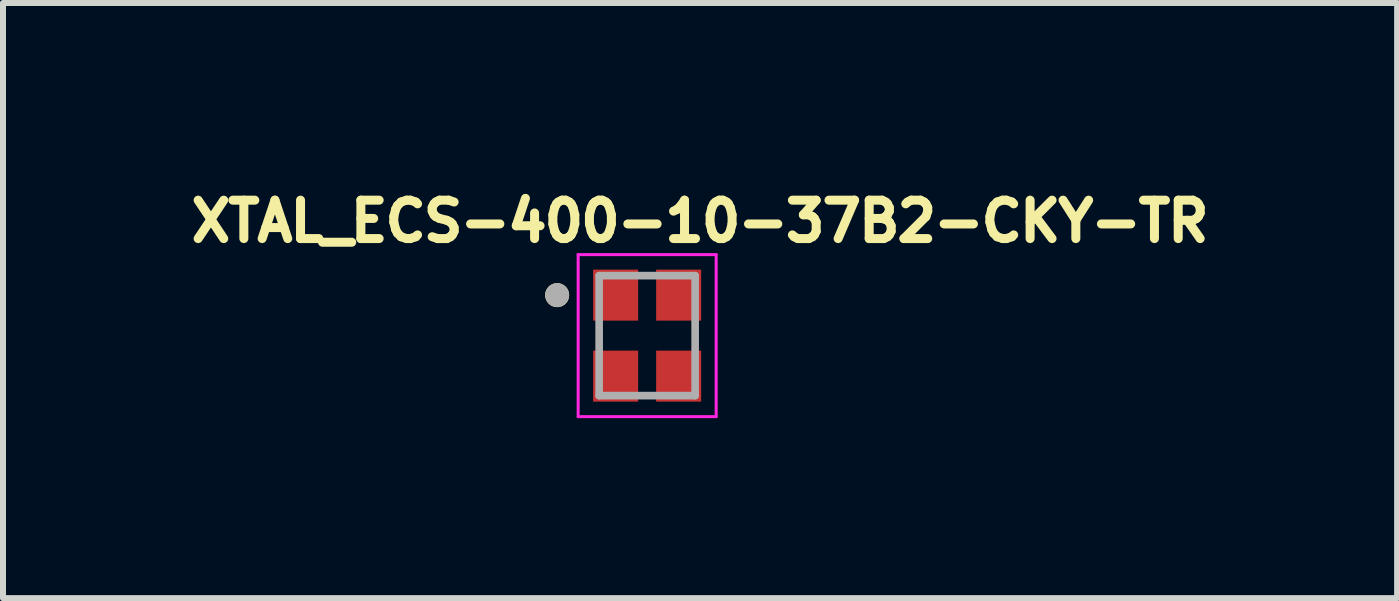
<source format=kicad_pcb>
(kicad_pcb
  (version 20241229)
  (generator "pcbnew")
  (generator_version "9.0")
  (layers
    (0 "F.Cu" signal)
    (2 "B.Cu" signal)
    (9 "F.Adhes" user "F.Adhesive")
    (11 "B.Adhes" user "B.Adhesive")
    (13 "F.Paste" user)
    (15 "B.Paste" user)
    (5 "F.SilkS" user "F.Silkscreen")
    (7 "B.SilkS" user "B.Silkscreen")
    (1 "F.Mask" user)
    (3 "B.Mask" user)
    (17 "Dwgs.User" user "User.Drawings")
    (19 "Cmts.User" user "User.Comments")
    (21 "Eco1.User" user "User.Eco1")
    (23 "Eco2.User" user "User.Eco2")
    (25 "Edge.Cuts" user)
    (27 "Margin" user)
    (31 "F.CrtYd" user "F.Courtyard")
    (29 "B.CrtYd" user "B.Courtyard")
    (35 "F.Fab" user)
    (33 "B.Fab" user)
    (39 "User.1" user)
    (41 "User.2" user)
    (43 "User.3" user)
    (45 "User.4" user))
  (footprint "XTAL_ECS-400-10-37B2-CKY-TR"
    (layer "F.Cu")
    (at 7.736 2.544)
    (property "Reference" "XTAL_ECS-400-10-37B2-CKY-TR" (at 0.882 -1.906 0) (layer "F.SilkS") (effects (font (size 0.64 0.64) (thickness 0.15))))
    (attr smd)
    (fp_circle (center -1.5 -0.675) (end -1.4 -0.675) (stroke (width 0.2) (type solid)) (fill no) (layer "F.SilkS"))
    (fp_line (start -1.15 -1.35) (end -1.15 1.35) (stroke (width 0.05) (type solid)) (layer "F.CrtYd"))
    (fp_line (start -1.15 1.35) (end 1.15 1.35) (stroke (width 0.05) (type solid)) (layer "F.CrtYd"))
    (fp_line (start 1.15 -1.35) (end -1.15 -1.35) (stroke (width 0.05) (type solid)) (layer "F.CrtYd"))
    (fp_line (start 1.15 1.35) (end 1.15 -1.35) (stroke (width 0.05) (type solid)) (layer "F.CrtYd"))
    (fp_line (start -0.8 -1) (end 0.8 -1) (stroke (width 0.127) (type solid)) (layer "F.Fab"))
    (fp_line (start -0.8 1) (end -0.8 -1) (stroke (width 0.127) (type solid)) (layer "F.Fab"))
    (fp_line (start 0.8 -1) (end 0.8 1) (stroke (width 0.127) (type solid)) (layer "F.Fab"))
    (fp_line (start 0.8 1) (end -0.8 1) (stroke (width 0.127) (type solid)) (layer "F.Fab"))
    (fp_circle (center -1.5 -0.675) (end -1.4 -0.675) (stroke (width 0.2) (type solid)) (fill no) (layer "F.Fab"))
    (pad "1" smd rect (at -0.525 -0.675) (size 0.75 0.85) (layers "F.Cu" "F.Mask" "F.Paste"))
    (pad "2" smd rect (at -0.525 0.675) (size 0.75 0.85) (layers "F.Cu" "F.Mask" "F.Paste"))
    (pad "3" smd rect (at 0.525 0.675) (size 0.75 0.85) (layers "F.Cu" "F.Mask" "F.Paste"))
    (pad "4" smd rect (at 0.525 -0.675) (size 0.75 0.85) (layers "F.Cu" "F.Mask" "F.Paste")))
  (gr_rect
    (start -3 -3)
    (end 20.236 6.919)
    (stroke (width 0.1) (type default))
    (fill no)
    (layer "Edge.Cuts")))
</source>
